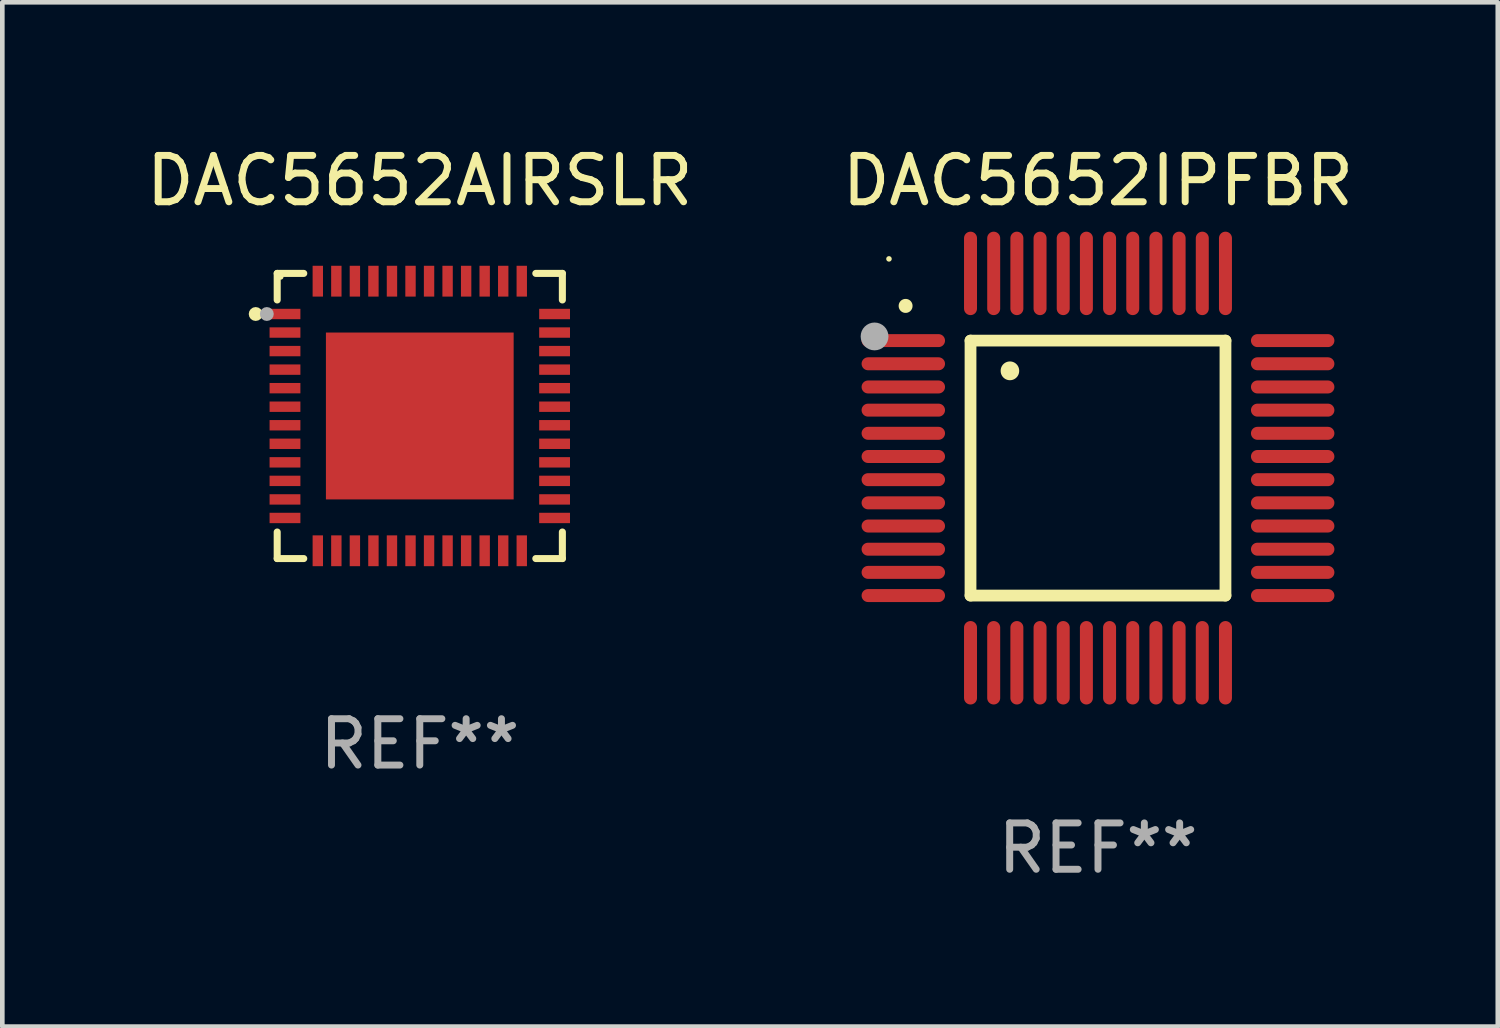
<source format=kicad_pcb>
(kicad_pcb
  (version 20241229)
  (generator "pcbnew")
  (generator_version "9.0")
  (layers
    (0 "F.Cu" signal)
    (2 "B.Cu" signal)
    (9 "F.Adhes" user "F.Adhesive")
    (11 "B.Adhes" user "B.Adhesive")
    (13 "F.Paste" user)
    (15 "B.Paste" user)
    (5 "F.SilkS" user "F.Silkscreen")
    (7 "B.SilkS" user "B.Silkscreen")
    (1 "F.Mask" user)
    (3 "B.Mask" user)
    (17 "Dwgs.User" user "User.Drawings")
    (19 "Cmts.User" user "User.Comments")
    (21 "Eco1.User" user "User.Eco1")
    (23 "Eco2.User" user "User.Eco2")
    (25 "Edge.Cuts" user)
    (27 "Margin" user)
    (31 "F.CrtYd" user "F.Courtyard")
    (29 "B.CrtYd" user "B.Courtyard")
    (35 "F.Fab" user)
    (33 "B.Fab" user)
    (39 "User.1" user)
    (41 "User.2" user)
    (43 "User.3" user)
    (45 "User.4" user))
  (footprint "DAC5652AIRSLR"
    (layer "F.Cu")
    (at 6.006 5.924)
    (property "Reference" "DAC5652AIRSLR" (at 0 -5.076 0) (layer "F.SilkS") (effects (font (size 1 1) (thickness 0.15))))
    (attr through_hole)
    (fp_line (start -3.076 -3.076) (end -3.076 -2.503) (stroke (width 0.152) (type solid)) (layer "F.SilkS"))
    (fp_line (start -3.076 3.076) (end -3.076 2.503) (stroke (width 0.152) (type solid)) (layer "F.SilkS"))
    (fp_line (start -2.503 -3.076) (end -3.076 -3.076) (stroke (width 0.152) (type solid)) (layer "F.SilkS"))
    (fp_line (start -2.503 3.076) (end -3.076 3.076) (stroke (width 0.152) (type solid)) (layer "F.SilkS"))
    (fp_line (start 2.503 -3.076) (end 3.076 -3.076) (stroke (width 0.152) (type solid)) (layer "F.SilkS"))
    (fp_line (start 2.503 3.076) (end 3.076 3.076) (stroke (width 0.152) (type solid)) (layer "F.SilkS"))
    (fp_line (start 3.076 -3.076) (end 3.076 -2.503) (stroke (width 0.152) (type solid)) (layer "F.SilkS"))
    (fp_line (start 3.076 3.076) (end 3.076 2.503) (stroke (width 0.152) (type solid)) (layer "F.SilkS"))
    (fp_circle (center -3.54 -2.2) (end -3.465 -2.2) (stroke (width 0.15) (type solid)) (fill no) (layer "F.SilkS"))
    (fp_circle (center -3 -3) (end -2.97 -3) (stroke (width 0.06) (type solid)) (fill no) (layer "F.SilkS"))
    (fp_circle (center -3.3 -2.2) (end -3.225 -2.2) (stroke (width 0.15) (type solid)) (fill no) (layer "F.Fab"))
    (fp_text user "REF**" (at 0 7.076 0) (layer "F.Fab") (effects (font (size 1 1) (thickness 0.15))))
    (pad "1" smd rect (at -2.908 -2.2) (size 0.665 0.224) (layers "F.Cu" "F.Mask" "F.Paste"))
    (pad "2" smd rect (at -2.908 -1.8) (size 0.665 0.224) (layers "F.Cu" "F.Mask" "F.Paste"))
    (pad "3" smd rect (at -2.908 -1.4) (size 0.665 0.224) (layers "F.Cu" "F.Mask" "F.Paste"))
    (pad "4" smd rect (at -2.908 -1) (size 0.665 0.224) (layers "F.Cu" "F.Mask" "F.Paste"))
    (pad "5" smd rect (at -2.908 -0.6) (size 0.665 0.224) (layers "F.Cu" "F.Mask" "F.Paste"))
    (pad "6" smd rect (at -2.908 -0.2) (size 0.665 0.224) (layers "F.Cu" "F.Mask" "F.Paste"))
    (pad "7" smd rect (at -2.908 0.2) (size 0.665 0.224) (layers "F.Cu" "F.Mask" "F.Paste"))
    (pad "8" smd rect (at -2.908 0.6) (size 0.665 0.224) (layers "F.Cu" "F.Mask" "F.Paste"))
    (pad "9" smd rect (at -2.908 1) (size 0.665 0.224) (layers "F.Cu" "F.Mask" "F.Paste"))
    (pad "10" smd rect (at -2.908 1.4) (size 0.665 0.224) (layers "F.Cu" "F.Mask" "F.Paste"))
    (pad "11" smd rect (at -2.908 1.8) (size 0.665 0.224) (layers "F.Cu" "F.Mask" "F.Paste"))
    (pad "12" smd rect (at -2.908 2.2) (size 0.665 0.224) (layers "F.Cu" "F.Mask" "F.Paste"))
    (pad "13" smd rect (at -2.2 2.908) (size 0.224 0.665) (layers "F.Cu" "F.Mask" "F.Paste"))
    (pad "14" smd rect (at -1.8 2.908) (size 0.224 0.665) (layers "F.Cu" "F.Mask" "F.Paste"))
    (pad "15" smd rect (at -1.4 2.908) (size 0.224 0.665) (layers "F.Cu" "F.Mask" "F.Paste"))
    (pad "16" smd rect (at -1 2.908) (size 0.224 0.665) (layers "F.Cu" "F.Mask" "F.Paste"))
    (pad "17" smd rect (at -0.6 2.908) (size 0.224 0.665) (layers "F.Cu" "F.Mask" "F.Paste"))
    (pad "18" smd rect (at -0.2 2.908) (size 0.224 0.665) (layers "F.Cu" "F.Mask" "F.Paste"))
    (pad "19" smd rect (at 0.2 2.908) (size 0.224 0.665) (layers "F.Cu" "F.Mask" "F.Paste"))
    (pad "20" smd rect (at 0.6 2.908) (size 0.224 0.665) (layers "F.Cu" "F.Mask" "F.Paste"))
    (pad "21" smd rect (at 1 2.908) (size 0.224 0.665) (layers "F.Cu" "F.Mask" "F.Paste"))
    (pad "22" smd rect (at 1.4 2.908) (size 0.224 0.665) (layers "F.Cu" "F.Mask" "F.Paste"))
    (pad "23" smd rect (at 1.8 2.908) (size 0.224 0.665) (layers "F.Cu" "F.Mask" "F.Paste"))
    (pad "24" smd rect (at 2.2 2.908) (size 0.224 0.665) (layers "F.Cu" "F.Mask" "F.Paste"))
    (pad "25" smd rect (at 2.908 2.2) (size 0.665 0.224) (layers "F.Cu" "F.Mask" "F.Paste"))
    (pad "26" smd rect (at 2.908 1.8) (size 0.665 0.224) (layers "F.Cu" "F.Mask" "F.Paste"))
    (pad "27" smd rect (at 2.908 1.4) (size 0.665 0.224) (layers "F.Cu" "F.Mask" "F.Paste"))
    (pad "28" smd rect (at 2.908 1) (size 0.665 0.224) (layers "F.Cu" "F.Mask" "F.Paste"))
    (pad "29" smd rect (at 2.908 0.6) (size 0.665 0.224) (layers "F.Cu" "F.Mask" "F.Paste"))
    (pad "30" smd rect (at 2.908 0.2) (size 0.665 0.224) (layers "F.Cu" "F.Mask" "F.Paste"))
    (pad "31" smd rect (at 2.908 -0.2) (size 0.665 0.224) (layers "F.Cu" "F.Mask" "F.Paste"))
    (pad "32" smd rect (at 2.908 -0.6) (size 0.665 0.224) (layers "F.Cu" "F.Mask" "F.Paste"))
    (pad "33" smd rect (at 2.908 -1) (size 0.665 0.224) (layers "F.Cu" "F.Mask" "F.Paste"))
    (pad "34" smd rect (at 2.908 -1.4) (size 0.665 0.224) (layers "F.Cu" "F.Mask" "F.Paste"))
    (pad "35" smd rect (at 2.908 -1.8) (size 0.665 0.224) (layers "F.Cu" "F.Mask" "F.Paste"))
    (pad "36" smd rect (at 2.908 -2.2) (size 0.665 0.224) (layers "F.Cu" "F.Mask" "F.Paste"))
    (pad "37" smd rect (at 2.2 -2.908) (size 0.224 0.665) (layers "F.Cu" "F.Mask" "F.Paste"))
    (pad "38" smd rect (at 1.8 -2.908) (size 0.224 0.665) (layers "F.Cu" "F.Mask" "F.Paste"))
    (pad "39" smd rect (at 1.4 -2.908) (size 0.224 0.665) (layers "F.Cu" "F.Mask" "F.Paste"))
    (pad "40" smd rect (at 1 -2.908) (size 0.224 0.665) (layers "F.Cu" "F.Mask" "F.Paste"))
    (pad "41" smd rect (at 0.6 -2.908) (size 0.224 0.665) (layers "F.Cu" "F.Mask" "F.Paste"))
    (pad "42" smd rect (at 0.2 -2.908) (size 0.224 0.665) (layers "F.Cu" "F.Mask" "F.Paste"))
    (pad "43" smd rect (at -0.2 -2.908) (size 0.224 0.665) (layers "F.Cu" "F.Mask" "F.Paste"))
    (pad "44" smd rect (at -0.6 -2.908) (size 0.224 0.665) (layers "F.Cu" "F.Mask" "F.Paste"))
    (pad "45" smd rect (at -1 -2.908) (size 0.224 0.665) (layers "F.Cu" "F.Mask" "F.Paste"))
    (pad "46" smd rect (at -1.4 -2.908) (size 0.224 0.665) (layers "F.Cu" "F.Mask" "F.Paste"))
    (pad "47" smd rect (at -1.8 -2.908) (size 0.224 0.665) (layers "F.Cu" "F.Mask" "F.Paste"))
    (pad "48" smd rect (at -2.2 -2.908) (size 0.224 0.665) (layers "F.Cu" "F.Mask" "F.Paste"))
    (pad "49" smd rect (at 0 0) (size 4.05 3.6) (layers "F.Cu" "F.Mask" "F.Paste")))
  (footprint "DAC5652IPFBR"
    (layer "F.Cu")
    (at 20.637 7.048)
    (property "Reference" "DAC5652IPFBR" (at 0 -6.2 0) (layer "F.SilkS") (effects (font (size 1 1) (thickness 0.15))))
    (attr through_hole)
    (fp_line (start -2.75 -2.75) (end 2.75 -2.75) (stroke (width 0.254) (type solid)) (layer "F.SilkS"))
    (fp_line (start -2.75 2.75) (end -2.75 -2.75) (stroke (width 0.254) (type solid)) (layer "F.SilkS"))
    (fp_line (start 2.75 -2.75) (end 2.75 2.75) (stroke (width 0.254) (type solid)) (layer "F.SilkS"))
    (fp_line (start 2.75 2.75) (end -2.75 2.75) (stroke (width 0.254) (type solid)) (layer "F.SilkS"))
    (fp_arc (start -4.150368 -3.497587) (mid -4.150373 -3.498857) (end -4.150368 -3.500127) (stroke (width 0.3) (type solid)) (layer "F.SilkS"))
    (fp_arc (start -1.899924 -2.095504) (mid -1.89994 -2.098044) (end -1.899924 -2.100584) (stroke (width 0.4) (type solid)) (layer "F.SilkS"))
    (fp_circle (center -4.509 -4.513) (end -4.479 -4.513) (stroke (width 0.06) (type solid)) (fill no) (layer "F.SilkS"))
    (fp_circle (center -4.82 -2.84) (end -4.67 -2.84) (stroke (width 0.3) (type solid)) (fill no) (layer "F.Fab"))
    (fp_text user "REF**" (at 0 8.2 0) (layer "F.Fab") (effects (font (size 1 1) (thickness 0.15))))
    (pad "1" smd oval (at -4.2 -2.75 90) (size 0.28 1.8) (layers "F.Cu" "F.Mask" "F.Paste"))
    (pad "2" smd oval (at -4.2 -2.25 90) (size 0.28 1.8) (layers "F.Cu" "F.Mask" "F.Paste"))
    (pad "3" smd oval (at -4.2 -1.75 90) (size 0.28 1.8) (layers "F.Cu" "F.Mask" "F.Paste"))
    (pad "4" smd oval (at -4.2 -1.25 90) (size 0.28 1.8) (layers "F.Cu" "F.Mask" "F.Paste"))
    (pad "5" smd oval (at -4.2 -0.75 90) (size 0.28 1.8) (layers "F.Cu" "F.Mask" "F.Paste"))
    (pad "6" smd oval (at -4.2 -0.25 90) (size 0.28 1.8) (layers "F.Cu" "F.Mask" "F.Paste"))
    (pad "7" smd oval (at -4.2 0.25 90) (size 0.28 1.8) (layers "F.Cu" "F.Mask" "F.Paste"))
    (pad "8" smd oval (at -4.2 0.75 90) (size 0.28 1.8) (layers "F.Cu" "F.Mask" "F.Paste"))
    (pad "9" smd oval (at -4.2 1.25 90) (size 0.28 1.8) (layers "F.Cu" "F.Mask" "F.Paste"))
    (pad "10" smd oval (at -4.2 1.75 90) (size 0.28 1.8) (layers "F.Cu" "F.Mask" "F.Paste"))
    (pad "11" smd oval (at -4.2 2.25 90) (size 0.28 1.8) (layers "F.Cu" "F.Mask" "F.Paste"))
    (pad "12" smd oval (at -4.2 2.75 90) (size 0.28 1.8) (layers "F.Cu" "F.Mask" "F.Paste"))
    (pad "13" smd oval (at -2.75 4.2) (size 0.28 1.8) (layers "F.Cu" "F.Mask" "F.Paste"))
    (pad "14" smd oval (at -2.25 4.2) (size 0.28 1.8) (layers "F.Cu" "F.Mask" "F.Paste"))
    (pad "15" smd oval (at -1.75 4.2) (size 0.28 1.8) (layers "F.Cu" "F.Mask" "F.Paste"))
    (pad "16" smd oval (at -1.25 4.2) (size 0.28 1.8) (layers "F.Cu" "F.Mask" "F.Paste"))
    (pad "17" smd oval (at -0.75 4.2) (size 0.28 1.8) (layers "F.Cu" "F.Mask" "F.Paste"))
    (pad "18" smd oval (at -0.25 4.2) (size 0.28 1.8) (layers "F.Cu" "F.Mask" "F.Paste"))
    (pad "19" smd oval (at 0.25 4.2) (size 0.28 1.8) (layers "F.Cu" "F.Mask" "F.Paste"))
    (pad "20" smd oval (at 0.75 4.2) (size 0.28 1.8) (layers "F.Cu" "F.Mask" "F.Paste"))
    (pad "21" smd oval (at 1.25 4.2) (size 0.28 1.8) (layers "F.Cu" "F.Mask" "F.Paste"))
    (pad "22" smd oval (at 1.75 4.2) (size 0.28 1.8) (layers "F.Cu" "F.Mask" "F.Paste"))
    (pad "23" smd oval (at 2.25 4.2) (size 0.28 1.8) (layers "F.Cu" "F.Mask" "F.Paste"))
    (pad "24" smd oval (at 2.75 4.2) (size 0.28 1.8) (layers "F.Cu" "F.Mask" "F.Paste"))
    (pad "25" smd oval (at 4.2 2.75 90) (size 0.28 1.8) (layers "F.Cu" "F.Mask" "F.Paste"))
    (pad "26" smd oval (at 4.2 2.25 90) (size 0.28 1.8) (layers "F.Cu" "F.Mask" "F.Paste"))
    (pad "27" smd oval (at 4.2 1.75 90) (size 0.28 1.8) (layers "F.Cu" "F.Mask" "F.Paste"))
    (pad "28" smd oval (at 4.2 1.25 90) (size 0.28 1.8) (layers "F.Cu" "F.Mask" "F.Paste"))
    (pad "29" smd oval (at 4.2 0.75 90) (size 0.28 1.8) (layers "F.Cu" "F.Mask" "F.Paste"))
    (pad "30" smd oval (at 4.2 0.25 90) (size 0.28 1.8) (layers "F.Cu" "F.Mask" "F.Paste"))
    (pad "31" smd oval (at 4.2 -0.25 90) (size 0.28 1.8) (layers "F.Cu" "F.Mask" "F.Paste"))
    (pad "32" smd oval (at 4.2 -0.75 90) (size 0.28 1.8) (layers "F.Cu" "F.Mask" "F.Paste"))
    (pad "33" smd oval (at 4.2 -1.25 90) (size 0.28 1.8) (layers "F.Cu" "F.Mask" "F.Paste"))
    (pad "34" smd oval (at 4.2 -1.75 90) (size 0.28 1.8) (layers "F.Cu" "F.Mask" "F.Paste"))
    (pad "35" smd oval (at 4.2 -2.25 90) (size 0.28 1.8) (layers "F.Cu" "F.Mask" "F.Paste"))
    (pad "36" smd oval (at 4.2 -2.75 90) (size 0.28 1.8) (layers "F.Cu" "F.Mask" "F.Paste"))
    (pad "37" smd oval (at 2.75 -4.2) (size 0.28 1.8) (layers "F.Cu" "F.Mask" "F.Paste"))
    (pad "38" smd oval (at 2.25 -4.2) (size 0.28 1.8) (layers "F.Cu" "F.Mask" "F.Paste"))
    (pad "39" smd oval (at 1.75 -4.2) (size 0.28 1.8) (layers "F.Cu" "F.Mask" "F.Paste"))
    (pad "40" smd oval (at 1.25 -4.2) (size 0.28 1.8) (layers "F.Cu" "F.Mask" "F.Paste"))
    (pad "41" smd oval (at 0.75 -4.2) (size 0.28 1.8) (layers "F.Cu" "F.Mask" "F.Paste"))
    (pad "42" smd oval (at 0.25 -4.2) (size 0.28 1.8) (layers "F.Cu" "F.Mask" "F.Paste"))
    (pad "43" smd oval (at -0.25 -4.2) (size 0.28 1.8) (layers "F.Cu" "F.Mask" "F.Paste"))
    (pad "44" smd oval (at -0.75 -4.2) (size 0.28 1.8) (layers "F.Cu" "F.Mask" "F.Paste"))
    (pad "45" smd oval (at -1.25 -4.2) (size 0.28 1.8) (layers "F.Cu" "F.Mask" "F.Paste"))
    (pad "46" smd oval (at -1.75 -4.2) (size 0.28 1.8) (layers "F.Cu" "F.Mask" "F.Paste"))
    (pad "47" smd oval (at -2.25 -4.2) (size 0.28 1.8) (layers "F.Cu" "F.Mask" "F.Paste"))
    (pad "48" smd oval (at -2.75 -4.2) (size 0.28 1.8) (layers "F.Cu" "F.Mask" "F.Paste")))
  (gr_rect
    (start -3 -3)
    (end 29.262 19.097)
    (stroke (width 0.1) (type default))
    (fill no)
    (layer "Edge.Cuts")))
</source>
